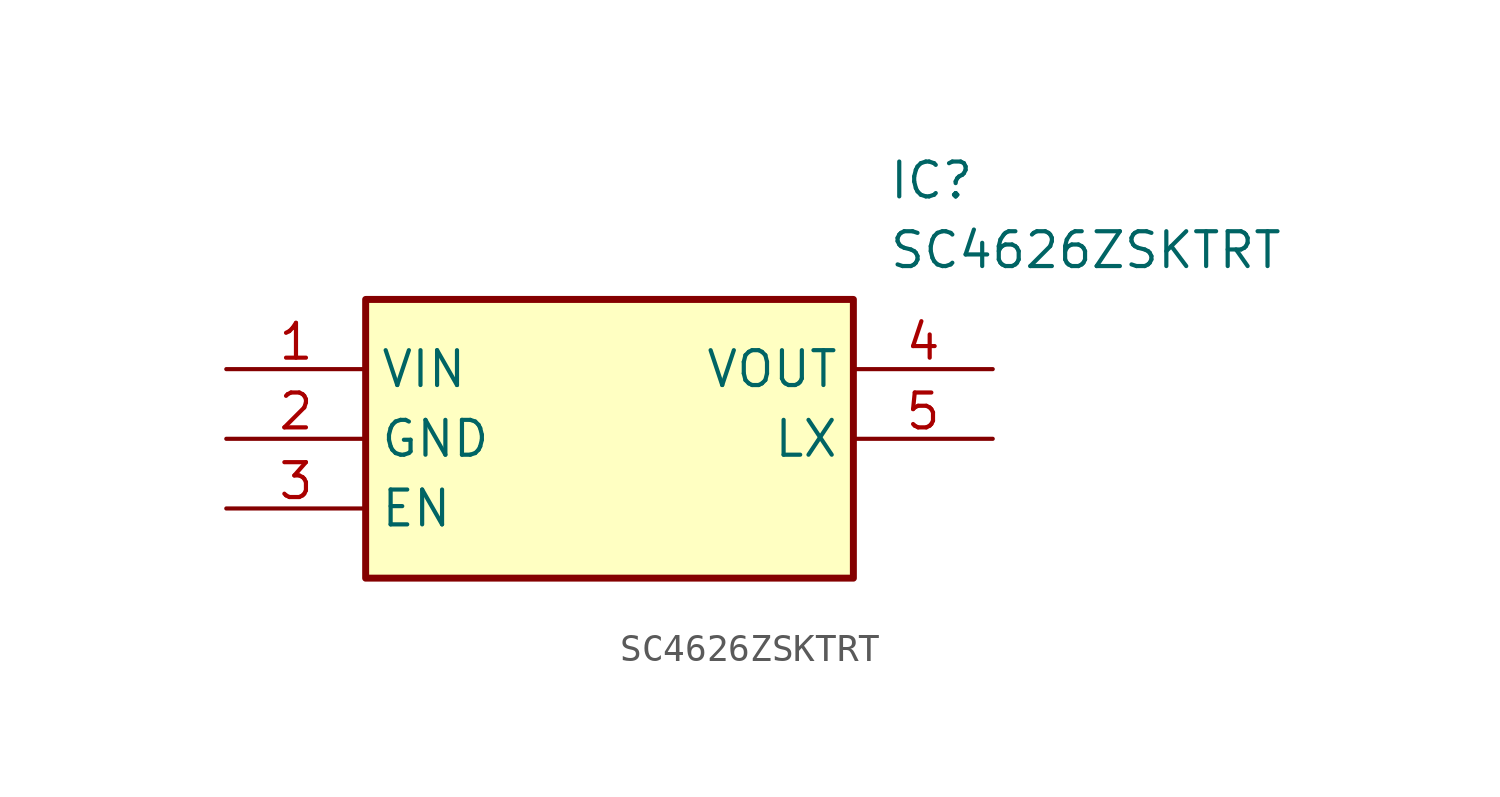
<source format=kicad_sym>
(kicad_symbol_lib
  (version 20211014)
  (generator SamacSys_ECAD_Model)
  (symbol "SC4626ZSKTRT"
    (property "Reference" "IC"
      (at 24.13 7.62 0)
      (effects (font (size 1.27 1.27)) (justify left top)))
    (property "Value" "SC4626ZSKTRT"
      (at 24.13 5.08 0)
      (effects (font (size 1.27 1.27)) (justify left top)))
    (rectangle
      (start 5.08 2.54)
      (end 22.86 -7.62)
      (stroke (width 0.254) (type default))
      (fill (type background)))
    (pin passive line
      (at 0 0 0)
      (length 5.08)
      (name "VIN" (effects (font (size 1.27 1.27))))
      (number "1" (effects (font (size 1.27 1.27)))))
    (pin passive line
      (at 0 -2.54 0)
      (length 5.08)
      (name "GND" (effects (font (size 1.27 1.27))))
      (number "2" (effects (font (size 1.27 1.27)))))
    (pin passive line
      (at 0 -5.08 0)
      (length 5.08)
      (name "EN" (effects (font (size 1.27 1.27))))
      (number "3" (effects (font (size 1.27 1.27)))))
    (pin passive line
      (at 27.94 0 180)
      (length 5.08)
      (name "VOUT" (effects (font (size 1.27 1.27))))
      (number "4" (effects (font (size 1.27 1.27)))))
    (pin passive line
      (at 27.94 -2.54 180)
      (length 5.08)
      (name "LX" (effects (font (size 1.27 1.27))))
      (number "5" (effects (font (size 1.27 1.27)))))))
</source>
